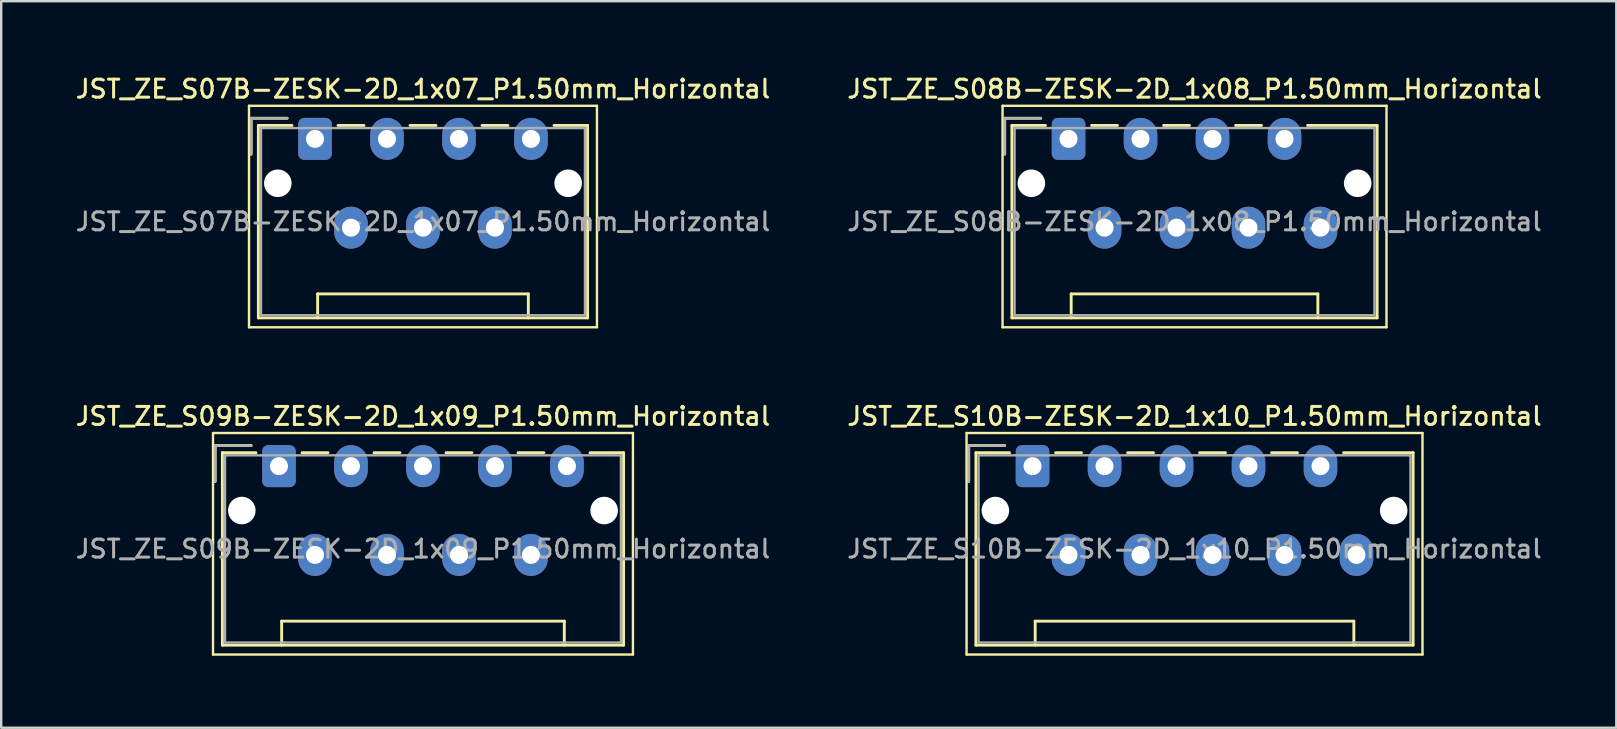
<source format=kicad_pcb>
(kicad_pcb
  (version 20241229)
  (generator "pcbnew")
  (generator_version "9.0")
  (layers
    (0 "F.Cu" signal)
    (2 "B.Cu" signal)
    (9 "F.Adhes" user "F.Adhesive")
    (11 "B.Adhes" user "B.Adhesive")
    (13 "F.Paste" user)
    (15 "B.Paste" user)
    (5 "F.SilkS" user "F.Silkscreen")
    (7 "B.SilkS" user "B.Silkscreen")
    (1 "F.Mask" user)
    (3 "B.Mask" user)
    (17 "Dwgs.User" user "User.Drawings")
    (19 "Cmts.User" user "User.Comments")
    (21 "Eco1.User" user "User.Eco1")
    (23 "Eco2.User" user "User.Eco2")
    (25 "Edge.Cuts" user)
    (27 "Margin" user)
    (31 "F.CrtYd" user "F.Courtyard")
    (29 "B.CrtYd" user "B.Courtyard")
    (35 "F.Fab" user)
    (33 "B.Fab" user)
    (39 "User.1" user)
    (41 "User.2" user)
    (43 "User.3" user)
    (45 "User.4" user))
  (footprint "JST_ZE_S10B-ZESK-2D_1x10_P1.50mm_Horizontal"
    (layer "F.Cu")
    (at 39.98 16.376)
    (property "Reference" "JST_ZE_S10B-ZESK-2D_1x10_P1.50mm_Horizontal" (at 6.75 -2.08 0) (layer "F.SilkS") (effects (font (size 0.75 0.75) (thickness 0.125))))
    (attr through_hole)
    (fp_line (start -2.75 -1.38) (end -2.75 7.85) (stroke (width 0.1) (type solid)) (layer "F.SilkS"))
    (fp_line (start -2.75 7.85) (end 16.25 7.85) (stroke (width 0.1) (type solid)) (layer "F.SilkS"))
    (fp_line (start -2.66 -0.86) (end -1.16 -0.86) (stroke (width 0.12) (type solid)) (layer "F.SilkS"))
    (fp_line (start -2.66 0.64) (end -2.66 -0.86) (stroke (width 0.12) (type solid)) (layer "F.SilkS"))
    (fp_line (start -2.36 -0.56) (end -2.36 7.46) (stroke (width 0.12) (type solid)) (layer "F.SilkS"))
    (fp_line (start -2.36 7.46) (end 15.86 7.46) (stroke (width 0.12) (type solid)) (layer "F.SilkS"))
    (fp_line (start -0.96 -0.56) (end -2.36 -0.56) (stroke (width 0.12) (type solid)) (layer "F.SilkS"))
    (fp_line (start 0.11 6.46) (end 13.39 6.46) (stroke (width 0.12) (type solid)) (layer "F.SilkS"))
    (fp_line (start 0.11 7.46) (end 0.11 6.46) (stroke (width 0.12) (type solid)) (layer "F.SilkS"))
    (fp_line (start 0.96 -0.56) (end 2.04 -0.56) (stroke (width 0.12) (type solid)) (layer "F.SilkS"))
    (fp_line (start 3.96 -0.56) (end 5.04 -0.56) (stroke (width 0.12) (type solid)) (layer "F.SilkS"))
    (fp_line (start 6.96 -0.56) (end 8.04 -0.56) (stroke (width 0.12) (type solid)) (layer "F.SilkS"))
    (fp_line (start 9.96 -0.56) (end 11.04 -0.56) (stroke (width 0.12) (type solid)) (layer "F.SilkS"))
    (fp_line (start 13.39 6.46) (end 13.39 7.46) (stroke (width 0.12) (type solid)) (layer "F.SilkS"))
    (fp_line (start 15.86 -0.56) (end 12.96 -0.56) (stroke (width 0.12) (type solid)) (layer "F.SilkS"))
    (fp_line (start 15.86 7.46) (end 15.86 -0.56) (stroke (width 0.12) (type solid)) (layer "F.SilkS"))
    (fp_line (start 16.25 -1.38) (end -2.75 -1.38) (stroke (width 0.1) (type solid)) (layer "F.SilkS"))
    (fp_line (start 16.25 7.85) (end 16.25 -1.38) (stroke (width 0.1) (type solid)) (layer "F.SilkS"))
    (fp_line (start -2.66 -0.86) (end -1.16 -0.86) (stroke (width 0.1) (type solid)) (layer "F.Fab"))
    (fp_line (start -2.66 0.64) (end -2.66 -0.86) (stroke (width 0.1) (type solid)) (layer "F.Fab"))
    (fp_line (start -2.25 -0.45) (end -2.25 7.35) (stroke (width 0.1) (type solid)) (layer "F.Fab"))
    (fp_line (start -2.25 7.35) (end 15.75 7.35) (stroke (width 0.1) (type solid)) (layer "F.Fab"))
    (fp_line (start 15.75 -0.45) (end -2.25 -0.45) (stroke (width 0.1) (type solid)) (layer "F.Fab"))
    (fp_line (start 15.75 7.35) (end 15.75 -0.45) (stroke (width 0.1) (type solid)) (layer "F.Fab"))
    (fp_text user "${REFERENCE}" (at 6.75 3.45 0) (layer "F.Fab") (effects (font (size 0.75 0.75) (thickness 0.125))))
    (pad "" np_thru_hole circle (at -1.55 1.85) (size 1.15 1.15) (drill 1.15) (layers "*.Cu" "*.Mask"))
    (pad "" np_thru_hole circle (at 15.05 1.85) (size 1.15 1.15) (drill 1.15) (layers "*.Cu" "*.Mask"))
    (pad "1" thru_hole roundrect (at 0 0) (size 1.4 1.75) (drill 0.75) (layers "*.Cu" "*.Mask") (roundrect_rratio 0.179))
    (pad "2" thru_hole oval (at 1.5 3.7) (size 1.4 1.75) (drill 0.75) (layers "*.Cu" "*.Mask"))
    (pad "3" thru_hole oval (at 3 0) (size 1.4 1.75) (drill 0.75) (layers "*.Cu" "*.Mask"))
    (pad "4" thru_hole oval (at 4.5 3.7) (size 1.4 1.75) (drill 0.75) (layers "*.Cu" "*.Mask"))
    (pad "5" thru_hole oval (at 6 0) (size 1.4 1.75) (drill 0.75) (layers "*.Cu" "*.Mask"))
    (pad "6" thru_hole oval (at 7.5 3.7) (size 1.4 1.75) (drill 0.75) (layers "*.Cu" "*.Mask"))
    (pad "7" thru_hole oval (at 9 0) (size 1.4 1.75) (drill 0.75) (layers "*.Cu" "*.Mask"))
    (pad "8" thru_hole oval (at 10.5 3.7) (size 1.4 1.75) (drill 0.75) (layers "*.Cu" "*.Mask"))
    (pad "9" thru_hole oval (at 12 0) (size 1.4 1.75) (drill 0.75) (layers "*.Cu" "*.Mask"))
    (pad "10" thru_hole oval (at 13.5 3.7) (size 1.4 1.75) (drill 0.75) (layers "*.Cu" "*.Mask")))
  (footprint "JST_ZE_S08B-ZESK-2D_1x08_P1.50mm_Horizontal"
    (layer "F.Cu")
    (at 41.48 2.738)
    (property "Reference" "JST_ZE_S08B-ZESK-2D_1x08_P1.50mm_Horizontal" (at 5.25 -2.08 0) (layer "F.SilkS") (effects (font (size 0.75 0.75) (thickness 0.125))))
    (attr through_hole)
    (fp_line (start -2.75 -1.38) (end -2.75 7.85) (stroke (width 0.1) (type solid)) (layer "F.SilkS"))
    (fp_line (start -2.75 7.85) (end 13.25 7.85) (stroke (width 0.1) (type solid)) (layer "F.SilkS"))
    (fp_line (start -2.66 -0.86) (end -1.16 -0.86) (stroke (width 0.12) (type solid)) (layer "F.SilkS"))
    (fp_line (start -2.66 0.64) (end -2.66 -0.86) (stroke (width 0.12) (type solid)) (layer "F.SilkS"))
    (fp_line (start -2.36 -0.56) (end -2.36 7.46) (stroke (width 0.12) (type solid)) (layer "F.SilkS"))
    (fp_line (start -2.36 7.46) (end 12.86 7.46) (stroke (width 0.12) (type solid)) (layer "F.SilkS"))
    (fp_line (start -0.96 -0.56) (end -2.36 -0.56) (stroke (width 0.12) (type solid)) (layer "F.SilkS"))
    (fp_line (start 0.11 6.46) (end 10.39 6.46) (stroke (width 0.12) (type solid)) (layer "F.SilkS"))
    (fp_line (start 0.11 7.46) (end 0.11 6.46) (stroke (width 0.12) (type solid)) (layer "F.SilkS"))
    (fp_line (start 0.96 -0.56) (end 2.04 -0.56) (stroke (width 0.12) (type solid)) (layer "F.SilkS"))
    (fp_line (start 3.96 -0.56) (end 5.04 -0.56) (stroke (width 0.12) (type solid)) (layer "F.SilkS"))
    (fp_line (start 6.96 -0.56) (end 8.04 -0.56) (stroke (width 0.12) (type solid)) (layer "F.SilkS"))
    (fp_line (start 10.39 6.46) (end 10.39 7.46) (stroke (width 0.12) (type solid)) (layer "F.SilkS"))
    (fp_line (start 12.86 -0.56) (end 9.96 -0.56) (stroke (width 0.12) (type solid)) (layer "F.SilkS"))
    (fp_line (start 12.86 7.46) (end 12.86 -0.56) (stroke (width 0.12) (type solid)) (layer "F.SilkS"))
    (fp_line (start 13.25 -1.38) (end -2.75 -1.38) (stroke (width 0.1) (type solid)) (layer "F.SilkS"))
    (fp_line (start 13.25 7.85) (end 13.25 -1.38) (stroke (width 0.1) (type solid)) (layer "F.SilkS"))
    (fp_line (start -2.66 -0.86) (end -1.16 -0.86) (stroke (width 0.1) (type solid)) (layer "F.Fab"))
    (fp_line (start -2.66 0.64) (end -2.66 -0.86) (stroke (width 0.1) (type solid)) (layer "F.Fab"))
    (fp_line (start -2.25 -0.45) (end -2.25 7.35) (stroke (width 0.1) (type solid)) (layer "F.Fab"))
    (fp_line (start -2.25 7.35) (end 12.75 7.35) (stroke (width 0.1) (type solid)) (layer "F.Fab"))
    (fp_line (start 12.75 -0.45) (end -2.25 -0.45) (stroke (width 0.1) (type solid)) (layer "F.Fab"))
    (fp_line (start 12.75 7.35) (end 12.75 -0.45) (stroke (width 0.1) (type solid)) (layer "F.Fab"))
    (fp_text user "${REFERENCE}" (at 5.25 3.45 0) (layer "F.Fab") (effects (font (size 0.75 0.75) (thickness 0.125))))
    (pad "" np_thru_hole circle (at -1.55 1.85) (size 1.15 1.15) (drill 1.15) (layers "*.Cu" "*.Mask"))
    (pad "" np_thru_hole circle (at 12.05 1.85) (size 1.15 1.15) (drill 1.15) (layers "*.Cu" "*.Mask"))
    (pad "1" thru_hole roundrect (at 0 0) (size 1.4 1.75) (drill 0.75) (layers "*.Cu" "*.Mask") (roundrect_rratio 0.179))
    (pad "2" thru_hole oval (at 1.5 3.7) (size 1.4 1.75) (drill 0.75) (layers "*.Cu" "*.Mask"))
    (pad "3" thru_hole oval (at 3 0) (size 1.4 1.75) (drill 0.75) (layers "*.Cu" "*.Mask"))
    (pad "4" thru_hole oval (at 4.5 3.7) (size 1.4 1.75) (drill 0.75) (layers "*.Cu" "*.Mask"))
    (pad "5" thru_hole oval (at 6 0) (size 1.4 1.75) (drill 0.75) (layers "*.Cu" "*.Mask"))
    (pad "6" thru_hole oval (at 7.5 3.7) (size 1.4 1.75) (drill 0.75) (layers "*.Cu" "*.Mask"))
    (pad "7" thru_hole oval (at 9 0) (size 1.4 1.75) (drill 0.75) (layers "*.Cu" "*.Mask"))
    (pad "8" thru_hole oval (at 10.5 3.7) (size 1.4 1.75) (drill 0.75) (layers "*.Cu" "*.Mask")))
  (footprint "JST_ZE_S07B-ZESK-2D_1x07_P1.50mm_Horizontal"
    (layer "F.Cu")
    (at 10.077 2.738)
    (property "Reference" "JST_ZE_S07B-ZESK-2D_1x07_P1.50mm_Horizontal" (at 4.5 -2.08 0) (layer "F.SilkS") (effects (font (size 0.75 0.75) (thickness 0.125))))
    (attr through_hole)
    (fp_line (start -2.75 -1.38) (end -2.75 7.85) (stroke (width 0.1) (type solid)) (layer "F.SilkS"))
    (fp_line (start -2.75 7.85) (end 11.75 7.85) (stroke (width 0.1) (type solid)) (layer "F.SilkS"))
    (fp_line (start -2.66 -0.86) (end -1.16 -0.86) (stroke (width 0.12) (type solid)) (layer "F.SilkS"))
    (fp_line (start -2.66 0.64) (end -2.66 -0.86) (stroke (width 0.12) (type solid)) (layer "F.SilkS"))
    (fp_line (start -2.36 -0.56) (end -2.36 7.46) (stroke (width 0.12) (type solid)) (layer "F.SilkS"))
    (fp_line (start -2.36 7.46) (end 11.36 7.46) (stroke (width 0.12) (type solid)) (layer "F.SilkS"))
    (fp_line (start -0.96 -0.56) (end -2.36 -0.56) (stroke (width 0.12) (type solid)) (layer "F.SilkS"))
    (fp_line (start 0.11 6.46) (end 8.89 6.46) (stroke (width 0.12) (type solid)) (layer "F.SilkS"))
    (fp_line (start 0.11 7.46) (end 0.11 6.46) (stroke (width 0.12) (type solid)) (layer "F.SilkS"))
    (fp_line (start 0.96 -0.56) (end 2.04 -0.56) (stroke (width 0.12) (type solid)) (layer "F.SilkS"))
    (fp_line (start 3.96 -0.56) (end 5.04 -0.56) (stroke (width 0.12) (type solid)) (layer "F.SilkS"))
    (fp_line (start 6.96 -0.56) (end 8.04 -0.56) (stroke (width 0.12) (type solid)) (layer "F.SilkS"))
    (fp_line (start 8.89 6.46) (end 8.89 7.46) (stroke (width 0.12) (type solid)) (layer "F.SilkS"))
    (fp_line (start 11.36 -0.56) (end 9.96 -0.56) (stroke (width 0.12) (type solid)) (layer "F.SilkS"))
    (fp_line (start 11.36 7.46) (end 11.36 -0.56) (stroke (width 0.12) (type solid)) (layer "F.SilkS"))
    (fp_line (start 11.75 -1.38) (end -2.75 -1.38) (stroke (width 0.1) (type solid)) (layer "F.SilkS"))
    (fp_line (start 11.75 7.85) (end 11.75 -1.38) (stroke (width 0.1) (type solid)) (layer "F.SilkS"))
    (fp_line (start -2.66 -0.86) (end -1.16 -0.86) (stroke (width 0.1) (type solid)) (layer "F.Fab"))
    (fp_line (start -2.66 0.64) (end -2.66 -0.86) (stroke (width 0.1) (type solid)) (layer "F.Fab"))
    (fp_line (start -2.25 -0.45) (end -2.25 7.35) (stroke (width 0.1) (type solid)) (layer "F.Fab"))
    (fp_line (start -2.25 7.35) (end 11.25 7.35) (stroke (width 0.1) (type solid)) (layer "F.Fab"))
    (fp_line (start 11.25 -0.45) (end -2.25 -0.45) (stroke (width 0.1) (type solid)) (layer "F.Fab"))
    (fp_line (start 11.25 7.35) (end 11.25 -0.45) (stroke (width 0.1) (type solid)) (layer "F.Fab"))
    (fp_text user "${REFERENCE}" (at 4.5 3.45 0) (layer "F.Fab") (effects (font (size 0.75 0.75) (thickness 0.125))))
    (pad "" np_thru_hole circle (at -1.55 1.85) (size 1.15 1.15) (drill 1.15) (layers "*.Cu" "*.Mask"))
    (pad "" np_thru_hole circle (at 10.55 1.85) (size 1.15 1.15) (drill 1.15) (layers "*.Cu" "*.Mask"))
    (pad "1" thru_hole roundrect (at 0 0) (size 1.4 1.75) (drill 0.75) (layers "*.Cu" "*.Mask") (roundrect_rratio 0.179))
    (pad "2" thru_hole oval (at 1.5 3.7) (size 1.4 1.75) (drill 0.75) (layers "*.Cu" "*.Mask"))
    (pad "3" thru_hole oval (at 3 0) (size 1.4 1.75) (drill 0.75) (layers "*.Cu" "*.Mask"))
    (pad "4" thru_hole oval (at 4.5 3.7) (size 1.4 1.75) (drill 0.75) (layers "*.Cu" "*.Mask"))
    (pad "5" thru_hole oval (at 6 0) (size 1.4 1.75) (drill 0.75) (layers "*.Cu" "*.Mask"))
    (pad "6" thru_hole oval (at 7.5 3.7) (size 1.4 1.75) (drill 0.75) (layers "*.Cu" "*.Mask"))
    (pad "7" thru_hole oval (at 9 0) (size 1.4 1.75) (drill 0.75) (layers "*.Cu" "*.Mask")))
  (footprint "JST_ZE_S09B-ZESK-2D_1x09_P1.50mm_Horizontal"
    (layer "F.Cu")
    (at 8.577 16.376)
    (property "Reference" "JST_ZE_S09B-ZESK-2D_1x09_P1.50mm_Horizontal" (at 6 -2.08 0) (layer "F.SilkS") (effects (font (size 0.75 0.75) (thickness 0.125))))
    (attr through_hole)
    (fp_line (start -2.75 -1.38) (end -2.75 7.85) (stroke (width 0.1) (type solid)) (layer "F.SilkS"))
    (fp_line (start -2.75 7.85) (end 14.75 7.85) (stroke (width 0.1) (type solid)) (layer "F.SilkS"))
    (fp_line (start -2.66 -0.86) (end -1.16 -0.86) (stroke (width 0.12) (type solid)) (layer "F.SilkS"))
    (fp_line (start -2.66 0.64) (end -2.66 -0.86) (stroke (width 0.12) (type solid)) (layer "F.SilkS"))
    (fp_line (start -2.36 -0.56) (end -2.36 7.46) (stroke (width 0.12) (type solid)) (layer "F.SilkS"))
    (fp_line (start -2.36 7.46) (end 14.36 7.46) (stroke (width 0.12) (type solid)) (layer "F.SilkS"))
    (fp_line (start -0.96 -0.56) (end -2.36 -0.56) (stroke (width 0.12) (type solid)) (layer "F.SilkS"))
    (fp_line (start 0.11 6.46) (end 11.89 6.46) (stroke (width 0.12) (type solid)) (layer "F.SilkS"))
    (fp_line (start 0.11 7.46) (end 0.11 6.46) (stroke (width 0.12) (type solid)) (layer "F.SilkS"))
    (fp_line (start 0.96 -0.56) (end 2.04 -0.56) (stroke (width 0.12) (type solid)) (layer "F.SilkS"))
    (fp_line (start 3.96 -0.56) (end 5.04 -0.56) (stroke (width 0.12) (type solid)) (layer "F.SilkS"))
    (fp_line (start 6.96 -0.56) (end 8.04 -0.56) (stroke (width 0.12) (type solid)) (layer "F.SilkS"))
    (fp_line (start 9.96 -0.56) (end 11.04 -0.56) (stroke (width 0.12) (type solid)) (layer "F.SilkS"))
    (fp_line (start 11.89 6.46) (end 11.89 7.46) (stroke (width 0.12) (type solid)) (layer "F.SilkS"))
    (fp_line (start 14.36 -0.56) (end 12.96 -0.56) (stroke (width 0.12) (type solid)) (layer "F.SilkS"))
    (fp_line (start 14.36 7.46) (end 14.36 -0.56) (stroke (width 0.12) (type solid)) (layer "F.SilkS"))
    (fp_line (start 14.75 -1.38) (end -2.75 -1.38) (stroke (width 0.1) (type solid)) (layer "F.SilkS"))
    (fp_line (start 14.75 7.85) (end 14.75 -1.38) (stroke (width 0.1) (type solid)) (layer "F.SilkS"))
    (fp_line (start -2.66 -0.86) (end -1.16 -0.86) (stroke (width 0.1) (type solid)) (layer "F.Fab"))
    (fp_line (start -2.66 0.64) (end -2.66 -0.86) (stroke (width 0.1) (type solid)) (layer "F.Fab"))
    (fp_line (start -2.25 -0.45) (end -2.25 7.35) (stroke (width 0.1) (type solid)) (layer "F.Fab"))
    (fp_line (start -2.25 7.35) (end 14.25 7.35) (stroke (width 0.1) (type solid)) (layer "F.Fab"))
    (fp_line (start 14.25 -0.45) (end -2.25 -0.45) (stroke (width 0.1) (type solid)) (layer "F.Fab"))
    (fp_line (start 14.25 7.35) (end 14.25 -0.45) (stroke (width 0.1) (type solid)) (layer "F.Fab"))
    (fp_text user "${REFERENCE}" (at 6 3.45 0) (layer "F.Fab") (effects (font (size 0.75 0.75) (thickness 0.125))))
    (pad "" np_thru_hole circle (at -1.55 1.85) (size 1.15 1.15) (drill 1.15) (layers "*.Cu" "*.Mask"))
    (pad "" np_thru_hole circle (at 13.55 1.85) (size 1.15 1.15) (drill 1.15) (layers "*.Cu" "*.Mask"))
    (pad "1" thru_hole roundrect (at 0 0) (size 1.4 1.75) (drill 0.75) (layers "*.Cu" "*.Mask") (roundrect_rratio 0.179))
    (pad "2" thru_hole oval (at 1.5 3.7) (size 1.4 1.75) (drill 0.75) (layers "*.Cu" "*.Mask"))
    (pad "3" thru_hole oval (at 3 0) (size 1.4 1.75) (drill 0.75) (layers "*.Cu" "*.Mask"))
    (pad "4" thru_hole oval (at 4.5 3.7) (size 1.4 1.75) (drill 0.75) (layers "*.Cu" "*.Mask"))
    (pad "5" thru_hole oval (at 6 0) (size 1.4 1.75) (drill 0.75) (layers "*.Cu" "*.Mask"))
    (pad "6" thru_hole oval (at 7.5 3.7) (size 1.4 1.75) (drill 0.75) (layers "*.Cu" "*.Mask"))
    (pad "7" thru_hole oval (at 9 0) (size 1.4 1.75) (drill 0.75) (layers "*.Cu" "*.Mask"))
    (pad "8" thru_hole oval (at 10.5 3.7) (size 1.4 1.75) (drill 0.75) (layers "*.Cu" "*.Mask"))
    (pad "9" thru_hole oval (at 12 0) (size 1.4 1.75) (drill 0.75) (layers "*.Cu" "*.Mask")))
  (gr_rect
    (start -3 -3)
    (end 64.307 27.276)
    (stroke (width 0.1) (type default))
    (fill no)
    (layer "Edge.Cuts")))
</source>
